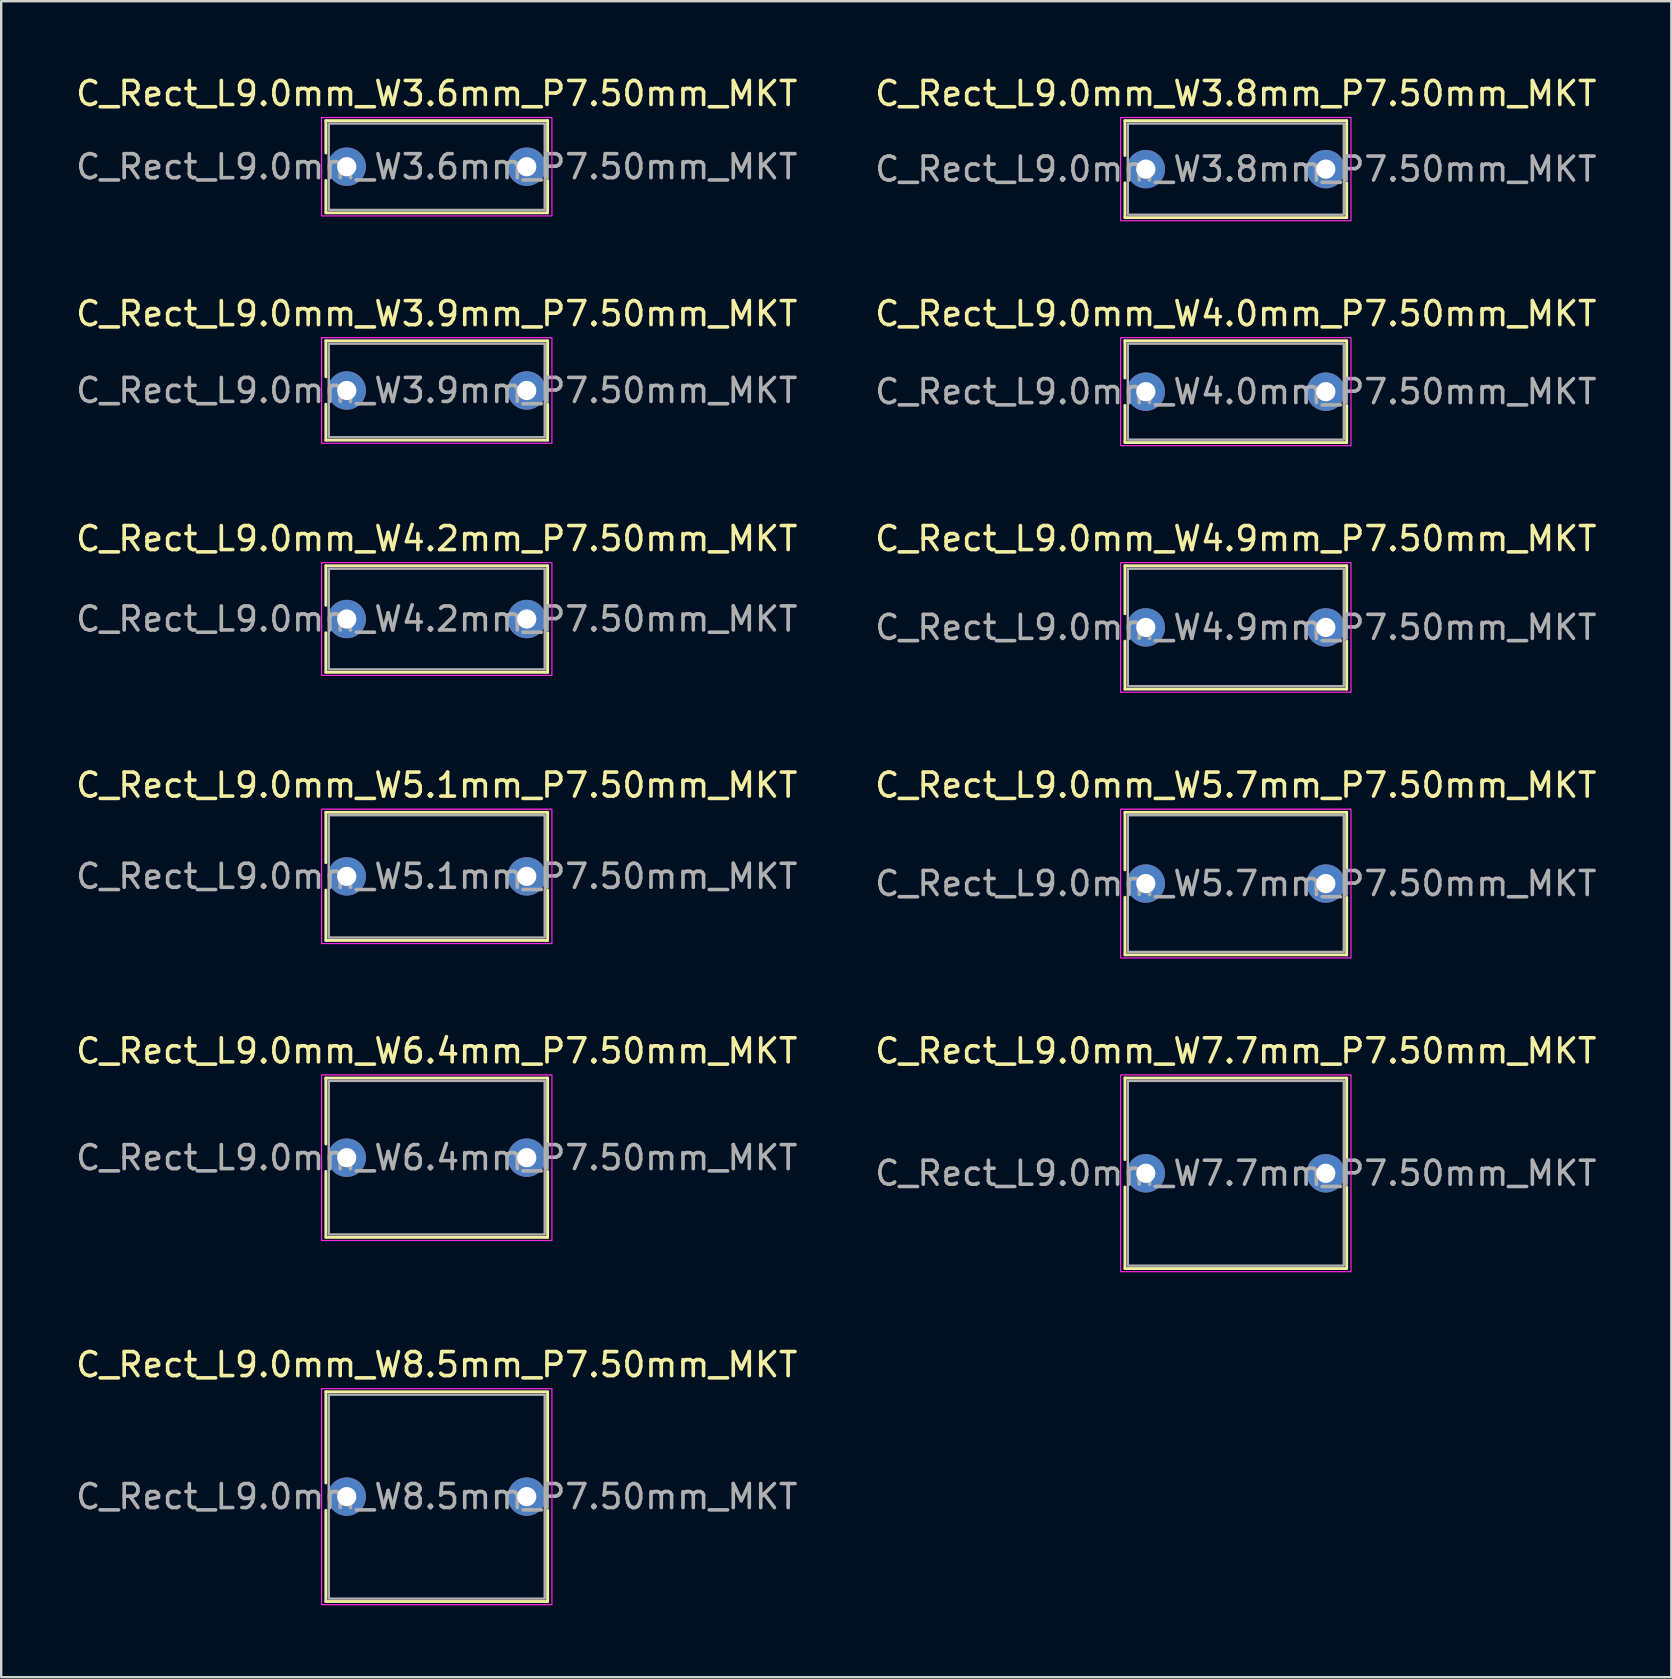
<source format=kicad_pcb>
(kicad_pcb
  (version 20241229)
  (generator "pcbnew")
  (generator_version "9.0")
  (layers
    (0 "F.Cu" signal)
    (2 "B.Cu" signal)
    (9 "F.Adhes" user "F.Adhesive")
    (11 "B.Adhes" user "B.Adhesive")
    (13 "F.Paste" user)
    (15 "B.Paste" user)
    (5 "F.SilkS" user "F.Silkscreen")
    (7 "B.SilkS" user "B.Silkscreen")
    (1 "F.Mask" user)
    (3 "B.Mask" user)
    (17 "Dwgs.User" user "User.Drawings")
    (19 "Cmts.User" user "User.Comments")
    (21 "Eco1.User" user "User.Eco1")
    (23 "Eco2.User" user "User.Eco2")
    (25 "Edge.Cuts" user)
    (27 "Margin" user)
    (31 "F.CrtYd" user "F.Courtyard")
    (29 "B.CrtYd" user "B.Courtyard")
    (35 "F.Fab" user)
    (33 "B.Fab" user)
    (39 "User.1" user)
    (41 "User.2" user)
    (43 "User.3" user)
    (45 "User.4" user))
  (footprint "C_Rect_L9.0mm_W8.5mm_P7.50mm_MKT"
    (layer "F.Cu")
    (at 11.399 59.315)
    (property "Reference" "C_Rect_L9.0mm_W8.5mm_P7.50mm_MKT" (at 3.75 -5.5 0) (layer "F.SilkS") (effects (font (size 1 1) (thickness 0.15))))
    (attr through_hole)
    (fp_line (start -0.87 -4.37) (end -0.87 -0.57) (stroke (width 0.12) (type solid)) (layer "F.SilkS"))
    (fp_line (start -0.87 -4.37) (end 8.37 -4.37) (stroke (width 0.12) (type solid)) (layer "F.SilkS"))
    (fp_line (start -0.87 0.57) (end -0.87 4.37) (stroke (width 0.12) (type solid)) (layer "F.SilkS"))
    (fp_line (start -0.87 4.37) (end 8.37 4.37) (stroke (width 0.12) (type solid)) (layer "F.SilkS"))
    (fp_line (start 8.37 -4.37) (end 8.37 -0.57) (stroke (width 0.12) (type solid)) (layer "F.SilkS"))
    (fp_line (start 8.37 0.57) (end 8.37 4.37) (stroke (width 0.12) (type solid)) (layer "F.SilkS"))
    (fp_rect (start -1.05 -4.5) (end 8.55 4.5) (stroke (width 0.05) (type solid)) (fill no) (layer "F.CrtYd"))
    (fp_rect (start -0.75 -4.25) (end 8.25 4.25) (stroke (width 0.1) (type solid)) (fill no) (layer "F.Fab"))
    (fp_text user "${REFERENCE}" (at 3.75 0 0) (layer "F.Fab") (effects (font (size 1 1) (thickness 0.15))))
    (pad "1" thru_hole circle (at 0 0) (size 1.6 1.6) (drill 0.8) (layers "*.Cu" "*.Mask"))
    (pad "2" thru_hole circle (at 7.5 0) (size 1.6 1.6) (drill 0.8) (layers "*.Cu" "*.Mask")))
  (footprint "C_Rect_L9.0mm_W3.9mm_P7.50mm_MKT"
    (layer "F.Cu")
    (at 11.399 13.222)
    (property "Reference" "C_Rect_L9.0mm_W3.9mm_P7.50mm_MKT" (at 3.75 -3.2 0) (layer "F.SilkS") (effects (font (size 1 1) (thickness 0.15))))
    (attr through_hole)
    (fp_line (start -0.87 -2.07) (end -0.87 -0.57) (stroke (width 0.12) (type solid)) (layer "F.SilkS"))
    (fp_line (start -0.87 -2.07) (end 8.37 -2.07) (stroke (width 0.12) (type solid)) (layer "F.SilkS"))
    (fp_line (start -0.87 0.57) (end -0.87 2.07) (stroke (width 0.12) (type solid)) (layer "F.SilkS"))
    (fp_line (start -0.87 2.07) (end 8.37 2.07) (stroke (width 0.12) (type solid)) (layer "F.SilkS"))
    (fp_line (start 8.37 -2.07) (end 8.37 -0.57) (stroke (width 0.12) (type solid)) (layer "F.SilkS"))
    (fp_line (start 8.37 0.57) (end 8.37 2.07) (stroke (width 0.12) (type solid)) (layer "F.SilkS"))
    (fp_rect (start -1.05 -2.2) (end 8.55 2.2) (stroke (width 0.05) (type solid)) (fill no) (layer "F.CrtYd"))
    (fp_rect (start -0.75 -1.95) (end 8.25 1.95) (stroke (width 0.1) (type solid)) (fill no) (layer "F.Fab"))
    (fp_text user "${REFERENCE}" (at 3.75 0 0) (layer "F.Fab") (effects (font (size 1 1) (thickness 0.15))))
    (pad "1" thru_hole circle (at 0 0) (size 1.6 1.6) (drill 0.8) (layers "*.Cu" "*.Mask"))
    (pad "2" thru_hole circle (at 7.5 0) (size 1.6 1.6) (drill 0.8) (layers "*.Cu" "*.Mask")))
  (footprint "C_Rect_L9.0mm_W7.7mm_P7.50mm_MKT"
    (layer "F.Cu")
    (at 44.696 45.841)
    (property "Reference" "C_Rect_L9.0mm_W7.7mm_P7.50mm_MKT" (at 3.75 -5.1 0) (layer "F.SilkS") (effects (font (size 1 1) (thickness 0.15))))
    (attr through_hole)
    (fp_line (start -0.87 -3.97) (end -0.87 -0.57) (stroke (width 0.12) (type solid)) (layer "F.SilkS"))
    (fp_line (start -0.87 -3.97) (end 8.37 -3.97) (stroke (width 0.12) (type solid)) (layer "F.SilkS"))
    (fp_line (start -0.87 0.57) (end -0.87 3.97) (stroke (width 0.12) (type solid)) (layer "F.SilkS"))
    (fp_line (start -0.87 3.97) (end 8.37 3.97) (stroke (width 0.12) (type solid)) (layer "F.SilkS"))
    (fp_line (start 8.37 -3.97) (end 8.37 -0.57) (stroke (width 0.12) (type solid)) (layer "F.SilkS"))
    (fp_line (start 8.37 0.57) (end 8.37 3.97) (stroke (width 0.12) (type solid)) (layer "F.SilkS"))
    (fp_rect (start -1.05 -4.1) (end 8.55 4.1) (stroke (width 0.05) (type solid)) (fill no) (layer "F.CrtYd"))
    (fp_rect (start -0.75 -3.85) (end 8.25 3.85) (stroke (width 0.1) (type solid)) (fill no) (layer "F.Fab"))
    (fp_text user "${REFERENCE}" (at 3.75 0 0) (layer "F.Fab") (effects (font (size 1 1) (thickness 0.15))))
    (pad "1" thru_hole circle (at 0 0) (size 1.6 1.6) (drill 0.8) (layers "*.Cu" "*.Mask"))
    (pad "2" thru_hole circle (at 7.5 0) (size 1.6 1.6) (drill 0.8) (layers "*.Cu" "*.Mask")))
  (footprint "C_Rect_L9.0mm_W4.0mm_P7.50mm_MKT"
    (layer "F.Cu")
    (at 44.696 13.271)
    (property "Reference" "C_Rect_L9.0mm_W4.0mm_P7.50mm_MKT" (at 3.75 -3.25 0) (layer "F.SilkS") (effects (font (size 1 1) (thickness 0.15))))
    (attr through_hole)
    (fp_line (start -0.87 -2.12) (end -0.87 -0.57) (stroke (width 0.12) (type solid)) (layer "F.SilkS"))
    (fp_line (start -0.87 -2.12) (end 8.37 -2.12) (stroke (width 0.12) (type solid)) (layer "F.SilkS"))
    (fp_line (start -0.87 0.57) (end -0.87 2.12) (stroke (width 0.12) (type solid)) (layer "F.SilkS"))
    (fp_line (start -0.87 2.12) (end 8.37 2.12) (stroke (width 0.12) (type solid)) (layer "F.SilkS"))
    (fp_line (start 8.37 -2.12) (end 8.37 -0.57) (stroke (width 0.12) (type solid)) (layer "F.SilkS"))
    (fp_line (start 8.37 0.57) (end 8.37 2.12) (stroke (width 0.12) (type solid)) (layer "F.SilkS"))
    (fp_rect (start -1.05 -2.25) (end 8.55 2.25) (stroke (width 0.05) (type solid)) (fill no) (layer "F.CrtYd"))
    (fp_rect (start -0.75 -2) (end 8.25 2) (stroke (width 0.1) (type solid)) (fill no) (layer "F.Fab"))
    (fp_text user "${REFERENCE}" (at 3.75 0 0) (layer "F.Fab") (effects (font (size 1 1) (thickness 0.15))))
    (pad "1" thru_hole circle (at 0 0) (size 1.6 1.6) (drill 0.8) (layers "*.Cu" "*.Mask"))
    (pad "2" thru_hole circle (at 7.5 0) (size 1.6 1.6) (drill 0.8) (layers "*.Cu" "*.Mask")))
  (footprint "C_Rect_L9.0mm_W6.4mm_P7.50mm_MKT"
    (layer "F.Cu")
    (at 11.399 45.191)
    (property "Reference" "C_Rect_L9.0mm_W6.4mm_P7.50mm_MKT" (at 3.75 -4.45 0) (layer "F.SilkS") (effects (font (size 1 1) (thickness 0.15))))
    (attr through_hole)
    (fp_line (start -0.87 -3.32) (end -0.87 -0.57) (stroke (width 0.12) (type solid)) (layer "F.SilkS"))
    (fp_line (start -0.87 -3.32) (end 8.37 -3.32) (stroke (width 0.12) (type solid)) (layer "F.SilkS"))
    (fp_line (start -0.87 0.57) (end -0.87 3.32) (stroke (width 0.12) (type solid)) (layer "F.SilkS"))
    (fp_line (start -0.87 3.32) (end 8.37 3.32) (stroke (width 0.12) (type solid)) (layer "F.SilkS"))
    (fp_line (start 8.37 -3.32) (end 8.37 -0.57) (stroke (width 0.12) (type solid)) (layer "F.SilkS"))
    (fp_line (start 8.37 0.57) (end 8.37 3.32) (stroke (width 0.12) (type solid)) (layer "F.SilkS"))
    (fp_rect (start -1.05 -3.45) (end 8.55 3.45) (stroke (width 0.05) (type solid)) (fill no) (layer "F.CrtYd"))
    (fp_rect (start -0.75 -3.2) (end 8.25 3.2) (stroke (width 0.1) (type solid)) (fill no) (layer "F.Fab"))
    (fp_text user "${REFERENCE}" (at 3.75 0 0) (layer "F.Fab") (effects (font (size 1 1) (thickness 0.15))))
    (pad "1" thru_hole circle (at 0 0) (size 1.6 1.6) (drill 0.8) (layers "*.Cu" "*.Mask"))
    (pad "2" thru_hole circle (at 7.5 0) (size 1.6 1.6) (drill 0.8) (layers "*.Cu" "*.Mask")))
  (footprint "C_Rect_L9.0mm_W3.6mm_P7.50mm_MKT"
    (layer "F.Cu")
    (at 11.399 3.898)
    (property "Reference" "C_Rect_L9.0mm_W3.6mm_P7.50mm_MKT" (at 3.75 -3.05 0) (layer "F.SilkS") (effects (font (size 1 1) (thickness 0.15))))
    (attr through_hole)
    (fp_line (start -0.87 -1.92) (end -0.87 -0.57) (stroke (width 0.12) (type solid)) (layer "F.SilkS"))
    (fp_line (start -0.87 -1.92) (end 8.37 -1.92) (stroke (width 0.12) (type solid)) (layer "F.SilkS"))
    (fp_line (start -0.87 0.57) (end -0.87 1.92) (stroke (width 0.12) (type solid)) (layer "F.SilkS"))
    (fp_line (start -0.87 1.92) (end 8.37 1.92) (stroke (width 0.12) (type solid)) (layer "F.SilkS"))
    (fp_line (start 8.37 -1.92) (end 8.37 -0.57) (stroke (width 0.12) (type solid)) (layer "F.SilkS"))
    (fp_line (start 8.37 0.57) (end 8.37 1.92) (stroke (width 0.12) (type solid)) (layer "F.SilkS"))
    (fp_rect (start -1.05 -2.05) (end 8.55 2.05) (stroke (width 0.05) (type solid)) (fill no) (layer "F.CrtYd"))
    (fp_rect (start -0.75 -1.8) (end 8.25 1.8) (stroke (width 0.1) (type solid)) (fill no) (layer "F.Fab"))
    (fp_text user "${REFERENCE}" (at 3.75 0 0) (layer "F.Fab") (effects (font (size 1 1) (thickness 0.15))))
    (pad "1" thru_hole circle (at 0 0) (size 1.6 1.6) (drill 0.8) (layers "*.Cu" "*.Mask"))
    (pad "2" thru_hole circle (at 7.5 0) (size 1.6 1.6) (drill 0.8) (layers "*.Cu" "*.Mask")))
  (footprint "C_Rect_L9.0mm_W5.7mm_P7.50mm_MKT"
    (layer "F.Cu")
    (at 44.696 33.768)
    (property "Reference" "C_Rect_L9.0mm_W5.7mm_P7.50mm_MKT" (at 3.75 -4.1 0) (layer "F.SilkS") (effects (font (size 1 1) (thickness 0.15))))
    (attr through_hole)
    (fp_line (start -0.87 -2.97) (end -0.87 -0.57) (stroke (width 0.12) (type solid)) (layer "F.SilkS"))
    (fp_line (start -0.87 -2.97) (end 8.37 -2.97) (stroke (width 0.12) (type solid)) (layer "F.SilkS"))
    (fp_line (start -0.87 0.57) (end -0.87 2.97) (stroke (width 0.12) (type solid)) (layer "F.SilkS"))
    (fp_line (start -0.87 2.97) (end 8.37 2.97) (stroke (width 0.12) (type solid)) (layer "F.SilkS"))
    (fp_line (start 8.37 -2.97) (end 8.37 -0.57) (stroke (width 0.12) (type solid)) (layer "F.SilkS"))
    (fp_line (start 8.37 0.57) (end 8.37 2.97) (stroke (width 0.12) (type solid)) (layer "F.SilkS"))
    (fp_rect (start -1.05 -3.1) (end 8.55 3.1) (stroke (width 0.05) (type solid)) (fill no) (layer "F.CrtYd"))
    (fp_rect (start -0.75 -2.85) (end 8.25 2.85) (stroke (width 0.1) (type solid)) (fill no) (layer "F.Fab"))
    (fp_text user "${REFERENCE}" (at 3.75 0 0) (layer "F.Fab") (effects (font (size 1 1) (thickness 0.15))))
    (pad "1" thru_hole circle (at 0 0) (size 1.6 1.6) (drill 0.8) (layers "*.Cu" "*.Mask"))
    (pad "2" thru_hole circle (at 7.5 0) (size 1.6 1.6) (drill 0.8) (layers "*.Cu" "*.Mask")))
  (footprint "C_Rect_L9.0mm_W3.8mm_P7.50mm_MKT"
    (layer "F.Cu")
    (at 44.696 3.998)
    (property "Reference" "C_Rect_L9.0mm_W3.8mm_P7.50mm_MKT" (at 3.75 -3.15 0) (layer "F.SilkS") (effects (font (size 1 1) (thickness 0.15))))
    (attr through_hole)
    (fp_line (start -0.87 -2.02) (end -0.87 -0.57) (stroke (width 0.12) (type solid)) (layer "F.SilkS"))
    (fp_line (start -0.87 -2.02) (end 8.37 -2.02) (stroke (width 0.12) (type solid)) (layer "F.SilkS"))
    (fp_line (start -0.87 0.57) (end -0.87 2.02) (stroke (width 0.12) (type solid)) (layer "F.SilkS"))
    (fp_line (start -0.87 2.02) (end 8.37 2.02) (stroke (width 0.12) (type solid)) (layer "F.SilkS"))
    (fp_line (start 8.37 -2.02) (end 8.37 -0.57) (stroke (width 0.12) (type solid)) (layer "F.SilkS"))
    (fp_line (start 8.37 0.57) (end 8.37 2.02) (stroke (width 0.12) (type solid)) (layer "F.SilkS"))
    (fp_rect (start -1.05 -2.15) (end 8.55 2.15) (stroke (width 0.05) (type solid)) (fill no) (layer "F.CrtYd"))
    (fp_rect (start -0.75 -1.9) (end 8.25 1.9) (stroke (width 0.1) (type solid)) (fill no) (layer "F.Fab"))
    (fp_text user "${REFERENCE}" (at 3.75 0 0) (layer "F.Fab") (effects (font (size 1 1) (thickness 0.15))))
    (pad "1" thru_hole circle (at 0 0) (size 1.6 1.6) (drill 0.8) (layers "*.Cu" "*.Mask"))
    (pad "2" thru_hole circle (at 7.5 0) (size 1.6 1.6) (drill 0.8) (layers "*.Cu" "*.Mask")))
  (footprint "C_Rect_L9.0mm_W5.1mm_P7.50mm_MKT"
    (layer "F.Cu")
    (at 11.399 33.468)
    (property "Reference" "C_Rect_L9.0mm_W5.1mm_P7.50mm_MKT" (at 3.75 -3.8 0) (layer "F.SilkS") (effects (font (size 1 1) (thickness 0.15))))
    (attr through_hole)
    (fp_line (start -0.87 -2.67) (end -0.87 -0.57) (stroke (width 0.12) (type solid)) (layer "F.SilkS"))
    (fp_line (start -0.87 -2.67) (end 8.37 -2.67) (stroke (width 0.12) (type solid)) (layer "F.SilkS"))
    (fp_line (start -0.87 0.57) (end -0.87 2.67) (stroke (width 0.12) (type solid)) (layer "F.SilkS"))
    (fp_line (start -0.87 2.67) (end 8.37 2.67) (stroke (width 0.12) (type solid)) (layer "F.SilkS"))
    (fp_line (start 8.37 -2.67) (end 8.37 -0.57) (stroke (width 0.12) (type solid)) (layer "F.SilkS"))
    (fp_line (start 8.37 0.57) (end 8.37 2.67) (stroke (width 0.12) (type solid)) (layer "F.SilkS"))
    (fp_rect (start -1.05 -2.8) (end 8.55 2.8) (stroke (width 0.05) (type solid)) (fill no) (layer "F.CrtYd"))
    (fp_rect (start -0.75 -2.55) (end 8.25 2.55) (stroke (width 0.1) (type solid)) (fill no) (layer "F.Fab"))
    (fp_text user "${REFERENCE}" (at 3.75 0 0) (layer "F.Fab") (effects (font (size 1 1) (thickness 0.15))))
    (pad "1" thru_hole circle (at 0 0) (size 1.6 1.6) (drill 0.8) (layers "*.Cu" "*.Mask"))
    (pad "2" thru_hole circle (at 7.5 0) (size 1.6 1.6) (drill 0.8) (layers "*.Cu" "*.Mask")))
  (footprint "C_Rect_L9.0mm_W4.9mm_P7.50mm_MKT"
    (layer "F.Cu")
    (at 44.696 23.095)
    (property "Reference" "C_Rect_L9.0mm_W4.9mm_P7.50mm_MKT" (at 3.75 -3.7 0) (layer "F.SilkS") (effects (font (size 1 1) (thickness 0.15))))
    (attr through_hole)
    (fp_line (start -0.87 -2.57) (end -0.87 -0.57) (stroke (width 0.12) (type solid)) (layer "F.SilkS"))
    (fp_line (start -0.87 -2.57) (end 8.37 -2.57) (stroke (width 0.12) (type solid)) (layer "F.SilkS"))
    (fp_line (start -0.87 0.57) (end -0.87 2.57) (stroke (width 0.12) (type solid)) (layer "F.SilkS"))
    (fp_line (start -0.87 2.57) (end 8.37 2.57) (stroke (width 0.12) (type solid)) (layer "F.SilkS"))
    (fp_line (start 8.37 -2.57) (end 8.37 -0.57) (stroke (width 0.12) (type solid)) (layer "F.SilkS"))
    (fp_line (start 8.37 0.57) (end 8.37 2.57) (stroke (width 0.12) (type solid)) (layer "F.SilkS"))
    (fp_rect (start -1.05 -2.7) (end 8.55 2.7) (stroke (width 0.05) (type solid)) (fill no) (layer "F.CrtYd"))
    (fp_rect (start -0.75 -2.45) (end 8.25 2.45) (stroke (width 0.1) (type solid)) (fill no) (layer "F.Fab"))
    (fp_text user "${REFERENCE}" (at 3.75 0 0) (layer "F.Fab") (effects (font (size 1 1) (thickness 0.15))))
    (pad "1" thru_hole circle (at 0 0) (size 1.6 1.6) (drill 0.8) (layers "*.Cu" "*.Mask"))
    (pad "2" thru_hole circle (at 7.5 0) (size 1.6 1.6) (drill 0.8) (layers "*.Cu" "*.Mask")))
  (footprint "C_Rect_L9.0mm_W4.2mm_P7.50mm_MKT"
    (layer "F.Cu")
    (at 11.399 22.745)
    (property "Reference" "C_Rect_L9.0mm_W4.2mm_P7.50mm_MKT" (at 3.75 -3.35 0) (layer "F.SilkS") (effects (font (size 1 1) (thickness 0.15))))
    (attr through_hole)
    (fp_line (start -0.87 -2.22) (end -0.87 -0.57) (stroke (width 0.12) (type solid)) (layer "F.SilkS"))
    (fp_line (start -0.87 -2.22) (end 8.37 -2.22) (stroke (width 0.12) (type solid)) (layer "F.SilkS"))
    (fp_line (start -0.87 0.57) (end -0.87 2.22) (stroke (width 0.12) (type solid)) (layer "F.SilkS"))
    (fp_line (start -0.87 2.22) (end 8.37 2.22) (stroke (width 0.12) (type solid)) (layer "F.SilkS"))
    (fp_line (start 8.37 -2.22) (end 8.37 -0.57) (stroke (width 0.12) (type solid)) (layer "F.SilkS"))
    (fp_line (start 8.37 0.57) (end 8.37 2.22) (stroke (width 0.12) (type solid)) (layer "F.SilkS"))
    (fp_rect (start -1.05 -2.35) (end 8.55 2.35) (stroke (width 0.05) (type solid)) (fill no) (layer "F.CrtYd"))
    (fp_rect (start -0.75 -2.1) (end 8.25 2.1) (stroke (width 0.1) (type solid)) (fill no) (layer "F.Fab"))
    (fp_text user "${REFERENCE}" (at 3.75 0 0) (layer "F.Fab") (effects (font (size 1 1) (thickness 0.15))))
    (pad "1" thru_hole circle (at 0 0) (size 1.6 1.6) (drill 0.8) (layers "*.Cu" "*.Mask"))
    (pad "2" thru_hole circle (at 7.5 0) (size 1.6 1.6) (drill 0.8) (layers "*.Cu" "*.Mask")))
  (gr_rect
    (start -3 -3)
    (end 66.595 66.84)
    (stroke (width 0.1) (type default))
    (fill no)
    (layer "Edge.Cuts")))
</source>
